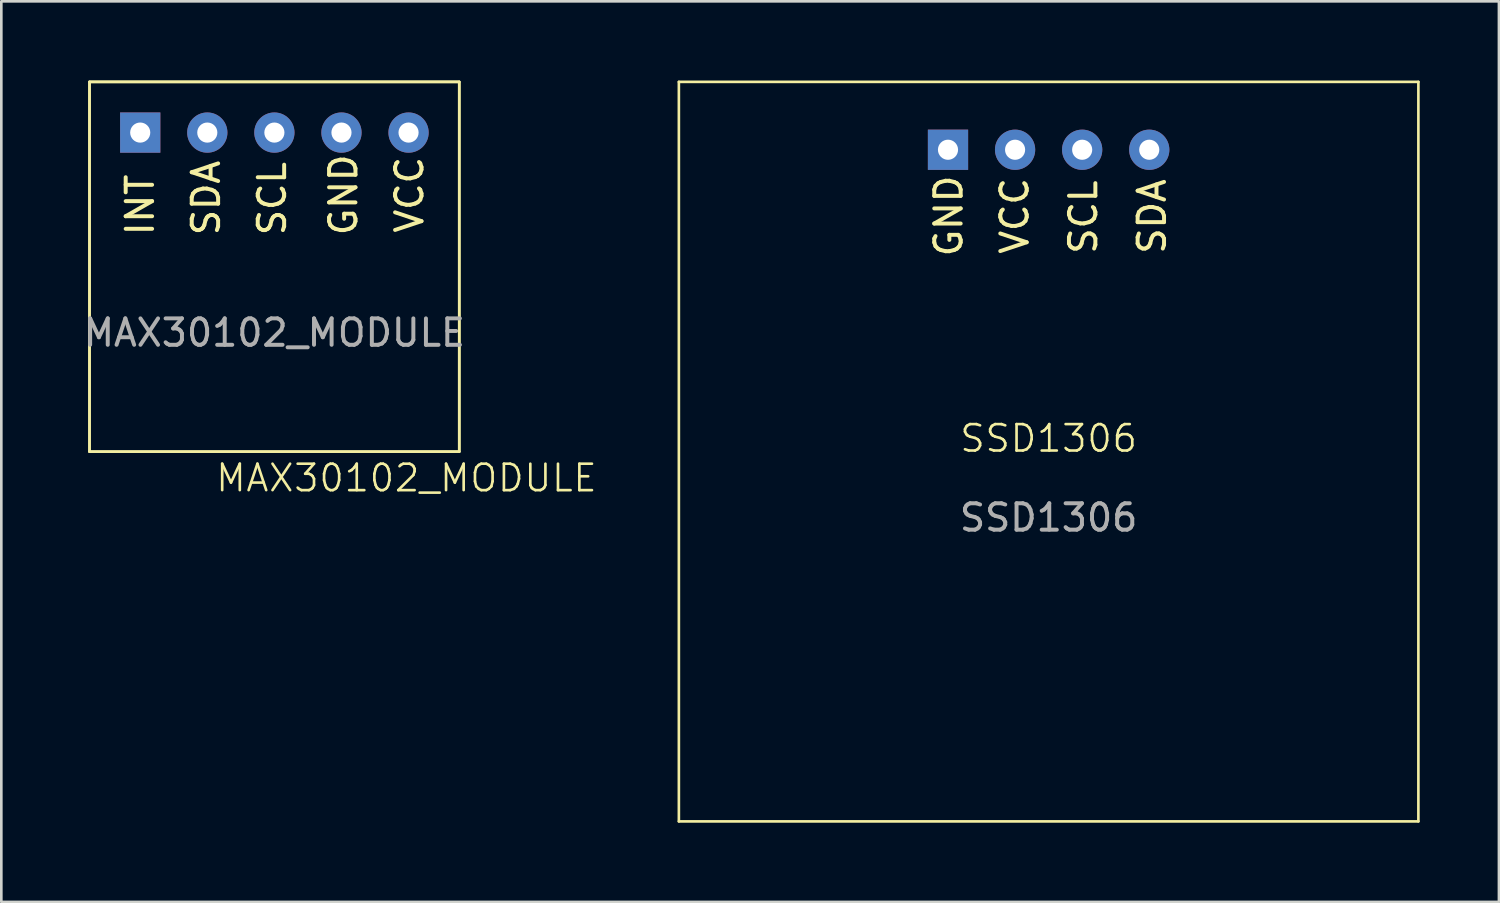
<source format=kicad_pcb>
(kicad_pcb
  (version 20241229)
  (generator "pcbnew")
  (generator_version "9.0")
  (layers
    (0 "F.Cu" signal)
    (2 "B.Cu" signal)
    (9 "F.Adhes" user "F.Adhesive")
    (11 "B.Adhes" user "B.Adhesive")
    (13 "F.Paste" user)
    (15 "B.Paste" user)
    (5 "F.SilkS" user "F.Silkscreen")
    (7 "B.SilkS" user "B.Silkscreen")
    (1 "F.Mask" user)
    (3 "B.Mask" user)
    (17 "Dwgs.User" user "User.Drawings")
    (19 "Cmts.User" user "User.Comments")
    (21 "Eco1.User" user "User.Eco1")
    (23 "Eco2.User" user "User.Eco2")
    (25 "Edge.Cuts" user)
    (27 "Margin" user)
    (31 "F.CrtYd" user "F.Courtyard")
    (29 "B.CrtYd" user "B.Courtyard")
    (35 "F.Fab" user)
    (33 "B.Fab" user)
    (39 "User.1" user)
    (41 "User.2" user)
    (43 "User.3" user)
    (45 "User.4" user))
  (footprint "MAX30102_MODULE"
    (layer "F.Cu")
    (at 7.339 7.05)
    (property "Reference" "MAX30102_MODULE" (at 5 8 0) (unlocked yes) (layer "F.SilkS") (effects (font (size 1 1) (thickness 0.1))))
    (attr through_hole)
    (fp_line (start -7 -7) (end 7 -7) (stroke (width 0.1) (type default)) (layer "F.SilkS"))
    (fp_line (start -7 7) (end -7 -7) (stroke (width 0.1) (type default)) (layer "F.SilkS"))
    (fp_line (start 7 -7) (end 7 7) (stroke (width 0.1) (type default)) (layer "F.SilkS"))
    (fp_line (start 7 7) (end -7 7) (stroke (width 0.1) (type default)) (layer "F.SilkS"))
    (fp_rect (start -7 -7) (end 7 7) (stroke (width 0.1) (type default)) (fill no) (layer "F.SilkS"))
    (fp_text user "SCL" (at 0.5 -1.1 90) (unlocked yes) (layer "F.SilkS") (effects (font (size 1 1) (thickness 0.15)) (justify left bottom)))
    (fp_text user "INT" (at -4.5 -1.1 90) (unlocked yes) (layer "F.SilkS") (effects (font (size 1 1) (thickness 0.15)) (justify left bottom)))
    (fp_text user "SDA" (at -2 -1.1 90) (unlocked yes) (layer "F.SilkS") (effects (font (size 1 1) (thickness 0.15)) (justify left bottom)))
    (fp_text user "GND" (at 3.2 -1.1 90) (unlocked yes) (layer "F.SilkS") (effects (font (size 1 1) (thickness 0.15)) (justify left bottom)))
    (fp_text user "VCC" (at 5.7 -1.2 90) (unlocked yes) (layer "F.SilkS") (effects (font (size 1 1) (thickness 0.15)) (justify left bottom)))
    (fp_text user "${REFERENCE}" (at 0 2.5 0) (unlocked yes) (layer "F.Fab") (effects (font (size 1 1) (thickness 0.15))))
    (pad "1" thru_hole rect (at -5.08 -5.08) (size 1.524 1.524) (drill 0.762) (layers "*.Cu" "*.Mask"))
    (pad "2" thru_hole circle (at -2.54 -5.08) (size 1.524 1.524) (drill 0.762) (layers "*.Cu" "*.Mask"))
    (pad "3" thru_hole circle (at 0 -5.08) (size 1.524 1.524) (drill 0.762) (layers "*.Cu" "*.Mask"))
    (pad "4" thru_hole circle (at 2.54 -5.08) (size 1.524 1.524) (drill 0.762) (layers "*.Cu" "*.Mask"))
    (pad "5" thru_hole circle (at 5.08 -5.08) (size 1.524 1.524) (drill 0.762) (layers "*.Cu" "*.Mask"))
    (zone (net_name "") (layer "F.SilkS") (hatch edge 0.5) (connect_pads) (min_thickness 0.25) (filled_areas_thickness no) (keepout (tracks allowed) (vias allowed) (pads not_allowed) (copperpour allowed) (footprints not_allowed)) (placement (enabled no)) (fill) (polygon (pts (xy 0.339 0.05) (xy 14.339 0.05) (xy 14.339 14.05) (xy 0.339 14.05)))))
  (footprint "SSD1306"
    (layer "F.Cu")
    (at 36.654 14.05)
    (property "Reference" "SSD1306" (at 0 -0.5 0) (unlocked yes) (layer "F.SilkS") (effects (font (size 1 1) (thickness 0.1))))
    (attr through_hole)
    (fp_line (start -14 -14) (end 14 -14) (stroke (width 0.1) (type default)) (layer "F.SilkS"))
    (fp_line (start -14 14) (end -14 -14) (stroke (width 0.1) (type default)) (layer "F.SilkS"))
    (fp_line (start 14 -14) (end 14 14) (stroke (width 0.1) (type default)) (layer "F.SilkS"))
    (fp_line (start 14 14) (end -14 14) (stroke (width 0.1) (type default)) (layer "F.SilkS"))
    (fp_text user "GND" (at -3.2 -7.3 90) (unlocked yes) (layer "F.SilkS") (effects (font (size 1 1) (thickness 0.15)) (justify left bottom)))
    (fp_text user "SCL" (at 1.9 -7.4 90) (unlocked yes) (layer "F.SilkS") (effects (font (size 1 1) (thickness 0.15)) (justify left bottom)))
    (fp_text user "VCC" (at -0.7 -7.4 90) (unlocked yes) (layer "F.SilkS") (effects (font (size 1 1) (thickness 0.15)) (justify left bottom)))
    (fp_text user "SDA" (at 4.5 -7.4 90) (unlocked yes) (layer "F.SilkS") (effects (font (size 1 1) (thickness 0.15)) (justify left bottom)))
    (fp_text user "${REFERENCE}" (at 0 2.5 0) (unlocked yes) (layer "F.Fab") (effects (font (size 1 1) (thickness 0.15))))
    (pad "1" thru_hole rect (at -3.81 -11.43) (size 1.524 1.524) (drill 0.762) (layers "*.Cu" "*.Mask"))
    (pad "2" thru_hole circle (at -1.27 -11.43) (size 1.524 1.524) (drill 0.762) (layers "*.Cu" "*.Mask"))
    (pad "3" thru_hole circle (at 1.27 -11.43) (size 1.524 1.524) (drill 0.762) (layers "*.Cu" "*.Mask"))
    (pad "4" thru_hole circle (at 3.81 -11.43) (size 1.524 1.524) (drill 0.762) (layers "*.Cu" "*.Mask"))
    (zone (net_name "") (layer "F.SilkS") (hatch edge 0.5) (connect_pads) (min_thickness 0.25) (filled_areas_thickness no) (keepout (tracks allowed) (vias allowed) (pads not_allowed) (copperpour allowed) (footprints not_allowed)) (placement (enabled no)) (fill) (polygon (pts (xy 22.654 0.05) (xy 50.654 0.05) (xy 50.654 28.05) (xy 22.654 28.05)))))
  (gr_rect
    (start -3 -3)
    (end 53.704 31.1)
    (stroke (width 0.1) (type default))
    (fill no)
    (layer "Edge.Cuts")))
</source>
